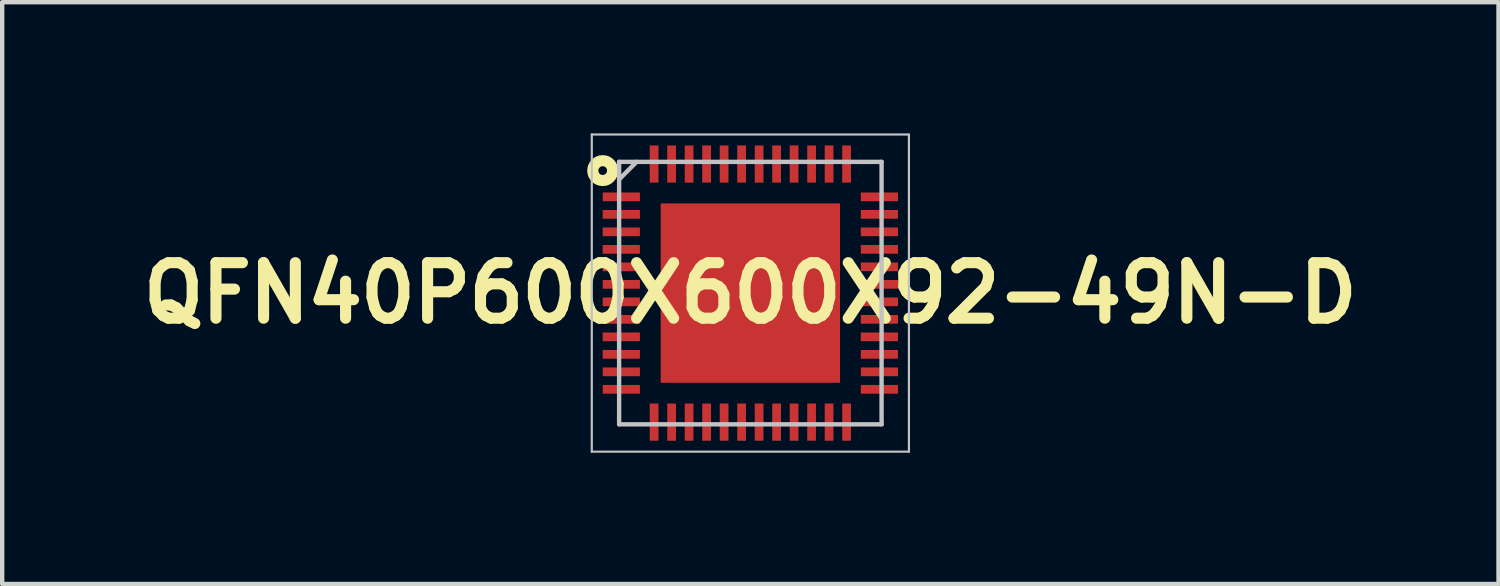
<source format=kicad_pcb>
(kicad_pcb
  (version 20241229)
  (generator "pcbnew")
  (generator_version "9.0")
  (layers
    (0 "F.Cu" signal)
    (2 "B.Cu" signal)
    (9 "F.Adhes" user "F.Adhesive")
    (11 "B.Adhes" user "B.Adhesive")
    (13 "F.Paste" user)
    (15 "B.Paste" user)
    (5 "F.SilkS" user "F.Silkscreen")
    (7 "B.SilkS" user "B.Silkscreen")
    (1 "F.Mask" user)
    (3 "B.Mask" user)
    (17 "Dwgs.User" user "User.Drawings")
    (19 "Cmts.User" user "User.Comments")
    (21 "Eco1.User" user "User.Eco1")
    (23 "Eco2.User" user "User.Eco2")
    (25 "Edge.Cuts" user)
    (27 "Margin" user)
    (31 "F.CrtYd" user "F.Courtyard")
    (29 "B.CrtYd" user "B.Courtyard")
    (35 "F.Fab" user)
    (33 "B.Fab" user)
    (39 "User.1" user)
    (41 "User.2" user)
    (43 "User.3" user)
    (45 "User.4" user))
  (footprint "QFN40P600X600X92-49N-D"
    (layer "F.Cu")
    (at 14.103 3.65)
    (property "Reference" "QFN40P600X600X92-49N-D" (at 0 0 0) (layer "F.SilkS") (effects (font (size 1.27 1.27) (thickness 0.254))))
    (attr smd)
    (fp_circle (center -3.375 -2.8) (end -3.275 -2.8) (stroke (width 0.254) (type solid)) (fill no) (layer "F.SilkS"))
    (fp_line (start -3.625 -3.625) (end 3.625 -3.625) (stroke (width 0.05) (type solid)) (layer "Dwgs.User"))
    (fp_line (start -3.625 3.625) (end -3.625 -3.625) (stroke (width 0.05) (type solid)) (layer "Dwgs.User"))
    (fp_line (start -3 -3) (end 3 -3) (stroke (width 0.1) (type solid)) (layer "Dwgs.User"))
    (fp_line (start -3 -2.6) (end -2.6 -3) (stroke (width 0.1) (type solid)) (layer "Dwgs.User"))
    (fp_line (start -3 3) (end -3 -3) (stroke (width 0.1) (type solid)) (layer "Dwgs.User"))
    (fp_line (start 3 -3) (end 3 3) (stroke (width 0.1) (type solid)) (layer "Dwgs.User"))
    (fp_line (start 3 3) (end -3 3) (stroke (width 0.1) (type solid)) (layer "Dwgs.User"))
    (fp_line (start 3.625 -3.625) (end 3.625 3.625) (stroke (width 0.05) (type solid)) (layer "Dwgs.User"))
    (fp_line (start 3.625 3.625) (end -3.625 3.625) (stroke (width 0.05) (type solid)) (layer "Dwgs.User"))
    (pad "1" smd rect (at -2.95 -2.2 90) (size 0.2 0.85) (layers "F.Cu" "F.Mask" "F.Paste"))
    (pad "2" smd rect (at -2.95 -1.8 90) (size 0.2 0.85) (layers "F.Cu" "F.Mask" "F.Paste"))
    (pad "3" smd rect (at -2.95 -1.4 90) (size 0.2 0.85) (layers "F.Cu" "F.Mask" "F.Paste"))
    (pad "4" smd rect (at -2.95 -1 90) (size 0.2 0.85) (layers "F.Cu" "F.Mask" "F.Paste"))
    (pad "5" smd rect (at -2.95 -0.6 90) (size 0.2 0.85) (layers "F.Cu" "F.Mask" "F.Paste"))
    (pad "6" smd rect (at -2.95 -0.2 90) (size 0.2 0.85) (layers "F.Cu" "F.Mask" "F.Paste"))
    (pad "7" smd rect (at -2.95 0.2 90) (size 0.2 0.85) (layers "F.Cu" "F.Mask" "F.Paste"))
    (pad "8" smd rect (at -2.95 0.6 90) (size 0.2 0.85) (layers "F.Cu" "F.Mask" "F.Paste"))
    (pad "9" smd rect (at -2.95 1 90) (size 0.2 0.85) (layers "F.Cu" "F.Mask" "F.Paste"))
    (pad "10" smd rect (at -2.95 1.4 90) (size 0.2 0.85) (layers "F.Cu" "F.Mask" "F.Paste"))
    (pad "11" smd rect (at -2.95 1.8 90) (size 0.2 0.85) (layers "F.Cu" "F.Mask" "F.Paste"))
    (pad "12" smd rect (at -2.95 2.2 90) (size 0.2 0.85) (layers "F.Cu" "F.Mask" "F.Paste"))
    (pad "13" smd rect (at -2.2 2.95) (size 0.2 0.85) (layers "F.Cu" "F.Mask" "F.Paste"))
    (pad "14" smd rect (at -1.8 2.95) (size 0.2 0.85) (layers "F.Cu" "F.Mask" "F.Paste"))
    (pad "15" smd rect (at -1.4 2.95) (size 0.2 0.85) (layers "F.Cu" "F.Mask" "F.Paste"))
    (pad "16" smd rect (at -1 2.95) (size 0.2 0.85) (layers "F.Cu" "F.Mask" "F.Paste"))
    (pad "17" smd rect (at -0.6 2.95) (size 0.2 0.85) (layers "F.Cu" "F.Mask" "F.Paste"))
    (pad "18" smd rect (at -0.2 2.95) (size 0.2 0.85) (layers "F.Cu" "F.Mask" "F.Paste"))
    (pad "19" smd rect (at 0.2 2.95) (size 0.2 0.85) (layers "F.Cu" "F.Mask" "F.Paste"))
    (pad "20" smd rect (at 0.6 2.95) (size 0.2 0.85) (layers "F.Cu" "F.Mask" "F.Paste"))
    (pad "21" smd rect (at 1 2.95) (size 0.2 0.85) (layers "F.Cu" "F.Mask" "F.Paste"))
    (pad "22" smd rect (at 1.4 2.95) (size 0.2 0.85) (layers "F.Cu" "F.Mask" "F.Paste"))
    (pad "23" smd rect (at 1.8 2.95) (size 0.2 0.85) (layers "F.Cu" "F.Mask" "F.Paste"))
    (pad "24" smd rect (at 2.2 2.95) (size 0.2 0.85) (layers "F.Cu" "F.Mask" "F.Paste"))
    (pad "25" smd rect (at 2.95 2.2 90) (size 0.2 0.85) (layers "F.Cu" "F.Mask" "F.Paste"))
    (pad "26" smd rect (at 2.95 1.8 90) (size 0.2 0.85) (layers "F.Cu" "F.Mask" "F.Paste"))
    (pad "27" smd rect (at 2.95 1.4 90) (size 0.2 0.85) (layers "F.Cu" "F.Mask" "F.Paste"))
    (pad "28" smd rect (at 2.95 1 90) (size 0.2 0.85) (layers "F.Cu" "F.Mask" "F.Paste"))
    (pad "29" smd rect (at 2.95 0.6 90) (size 0.2 0.85) (layers "F.Cu" "F.Mask" "F.Paste"))
    (pad "30" smd rect (at 2.95 0.2 90) (size 0.2 0.85) (layers "F.Cu" "F.Mask" "F.Paste"))
    (pad "31" smd rect (at 2.95 -0.2 90) (size 0.2 0.85) (layers "F.Cu" "F.Mask" "F.Paste"))
    (pad "32" smd rect (at 2.95 -0.6 90) (size 0.2 0.85) (layers "F.Cu" "F.Mask" "F.Paste"))
    (pad "33" smd rect (at 2.95 -1 90) (size 0.2 0.85) (layers "F.Cu" "F.Mask" "F.Paste"))
    (pad "34" smd rect (at 2.95 -1.4 90) (size 0.2 0.85) (layers "F.Cu" "F.Mask" "F.Paste"))
    (pad "35" smd rect (at 2.95 -1.8 90) (size 0.2 0.85) (layers "F.Cu" "F.Mask" "F.Paste"))
    (pad "36" smd rect (at 2.95 -2.2 90) (size 0.2 0.85) (layers "F.Cu" "F.Mask" "F.Paste"))
    (pad "37" smd rect (at 2.2 -2.95) (size 0.2 0.85) (layers "F.Cu" "F.Mask" "F.Paste"))
    (pad "38" smd rect (at 1.8 -2.95) (size 0.2 0.85) (layers "F.Cu" "F.Mask" "F.Paste"))
    (pad "39" smd rect (at 1.4 -2.95) (size 0.2 0.85) (layers "F.Cu" "F.Mask" "F.Paste"))
    (pad "40" smd rect (at 1 -2.95) (size 0.2 0.85) (layers "F.Cu" "F.Mask" "F.Paste"))
    (pad "41" smd rect (at 0.6 -2.95) (size 0.2 0.85) (layers "F.Cu" "F.Mask" "F.Paste"))
    (pad "42" smd rect (at 0.2 -2.95) (size 0.2 0.85) (layers "F.Cu" "F.Mask" "F.Paste"))
    (pad "43" smd rect (at -0.2 -2.95) (size 0.2 0.85) (layers "F.Cu" "F.Mask" "F.Paste"))
    (pad "44" smd rect (at -0.6 -2.95) (size 0.2 0.85) (layers "F.Cu" "F.Mask" "F.Paste"))
    (pad "45" smd rect (at -1 -2.95) (size 0.2 0.85) (layers "F.Cu" "F.Mask" "F.Paste"))
    (pad "46" smd rect (at -1.4 -2.95) (size 0.2 0.85) (layers "F.Cu" "F.Mask" "F.Paste"))
    (pad "47" smd rect (at -1.8 -2.95) (size 0.2 0.85) (layers "F.Cu" "F.Mask" "F.Paste"))
    (pad "48" smd rect (at -2.2 -2.95) (size 0.2 0.85) (layers "F.Cu" "F.Mask" "F.Paste"))
    (pad "49" smd rect (at 0 0) (size 4.1 4.1) (layers "F.Cu" "F.Mask" "F.Paste")))
  (gr_rect
    (start -3 -3)
    (end 31.206 10.3)
    (stroke (width 0.1) (type default))
    (fill no)
    (layer "Edge.Cuts")))
</source>
